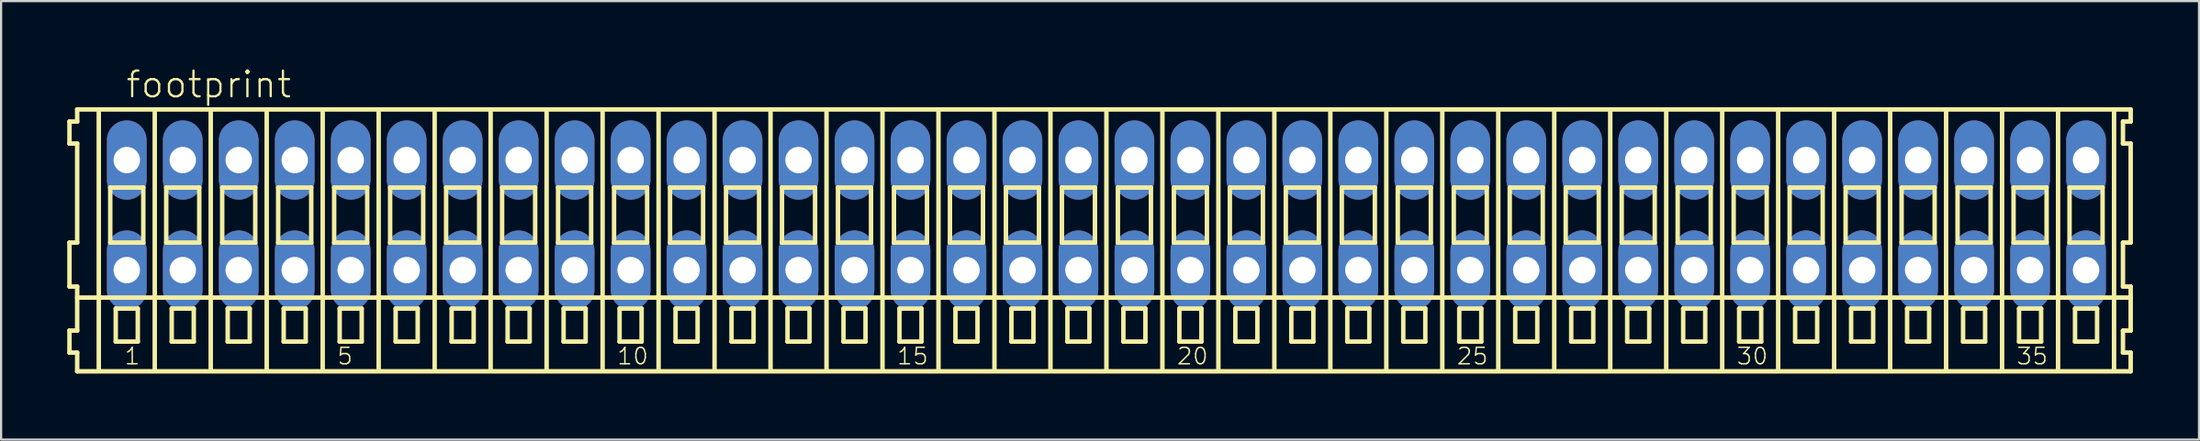
<source format=kicad_pcb>
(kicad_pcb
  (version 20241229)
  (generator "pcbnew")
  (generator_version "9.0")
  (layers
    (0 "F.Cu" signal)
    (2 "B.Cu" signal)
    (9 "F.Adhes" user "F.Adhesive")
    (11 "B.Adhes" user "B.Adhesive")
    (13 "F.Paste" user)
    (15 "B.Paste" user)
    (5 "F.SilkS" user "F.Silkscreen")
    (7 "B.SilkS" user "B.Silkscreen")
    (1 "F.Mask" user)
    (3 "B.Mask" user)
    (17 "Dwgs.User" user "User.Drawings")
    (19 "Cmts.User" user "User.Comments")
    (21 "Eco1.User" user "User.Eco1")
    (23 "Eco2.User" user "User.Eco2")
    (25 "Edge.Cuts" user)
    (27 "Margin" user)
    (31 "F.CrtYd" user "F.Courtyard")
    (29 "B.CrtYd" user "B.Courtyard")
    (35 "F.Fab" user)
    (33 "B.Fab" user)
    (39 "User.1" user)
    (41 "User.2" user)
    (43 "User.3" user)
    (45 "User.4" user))
  (footprint "footprint"
    (layer "F.Cu")
    (at 47.152 6.723)
    (property "Reference" "footprint" (at -44.55 -5.25 0) (layer "F.SilkS") (effects (font (size 1.168 1.168) (thickness 0.102)) (justify left bottom)))
    (fp_line (start -47.05 -4.25) (end -47.05 -3.25) (stroke (width 0.203) (type solid)) (layer "F.SilkS"))
    (fp_line (start -47.05 -3.25) (end -46.7 -3.25) (stroke (width 0.203) (type solid)) (layer "F.SilkS"))
    (fp_line (start -47.05 1.25) (end -47.05 3.25) (stroke (width 0.203) (type solid)) (layer "F.SilkS"))
    (fp_line (start -47.05 3.25) (end -46.7 3.25) (stroke (width 0.203) (type solid)) (layer "F.SilkS"))
    (fp_line (start -47.05 5.25) (end -47.05 6.25) (stroke (width 0.203) (type solid)) (layer "F.SilkS"))
    (fp_line (start -47.05 6.25) (end -46.7 6.25) (stroke (width 0.203) (type solid)) (layer "F.SilkS"))
    (fp_line (start -46.7 -4.8) (end -46.7 -4.25) (stroke (width 0.203) (type solid)) (layer "F.SilkS"))
    (fp_line (start -46.7 -4.25) (end -47.05 -4.25) (stroke (width 0.203) (type solid)) (layer "F.SilkS"))
    (fp_line (start -46.7 -3.25) (end -46.7 1.25) (stroke (width 0.203) (type solid)) (layer "F.SilkS"))
    (fp_line (start -46.7 1.25) (end -47.05 1.25) (stroke (width 0.203) (type solid)) (layer "F.SilkS"))
    (fp_line (start -46.7 3.25) (end -46.7 5.25) (stroke (width 0.203) (type solid)) (layer "F.SilkS"))
    (fp_line (start -46.7 3.75) (end 46.475 3.75) (stroke (width 0.203) (type solid)) (layer "F.SilkS"))
    (fp_line (start -46.7 5.25) (end -47.05 5.25) (stroke (width 0.203) (type solid)) (layer "F.SilkS"))
    (fp_line (start -46.7 6.25) (end -46.7 7.1) (stroke (width 0.203) (type solid)) (layer "F.SilkS"))
    (fp_line (start -46.7 7.1) (end 46.475 7.1) (stroke (width 0.203) (type solid)) (layer "F.SilkS"))
    (fp_line (start -45.72 6.985) (end -45.72 -4.699) (stroke (width 0.203) (type solid)) (layer "F.SilkS"))
    (fp_line (start -45.2 -1.25) (end -45.2 1.25) (stroke (width 0.203) (type solid)) (layer "F.SilkS"))
    (fp_line (start -45.2 1.25) (end -43.7 1.25) (stroke (width 0.203) (type solid)) (layer "F.SilkS"))
    (fp_line (start -44.95 4.25) (end -44.95 5.75) (stroke (width 0.203) (type solid)) (layer "F.SilkS"))
    (fp_line (start -44.95 5.75) (end -43.95 5.75) (stroke (width 0.203) (type solid)) (layer "F.SilkS"))
    (fp_line (start -43.95 4.25) (end -44.95 4.25) (stroke (width 0.203) (type solid)) (layer "F.SilkS"))
    (fp_line (start -43.95 5.75) (end -43.95 4.25) (stroke (width 0.203) (type solid)) (layer "F.SilkS"))
    (fp_line (start -43.7 -1.25) (end -45.2 -1.25) (stroke (width 0.203) (type solid)) (layer "F.SilkS"))
    (fp_line (start -43.7 1.25) (end -43.7 -1.25) (stroke (width 0.203) (type solid)) (layer "F.SilkS"))
    (fp_line (start -43.18 6.985) (end -43.18 -4.699) (stroke (width 0.203) (type solid)) (layer "F.SilkS"))
    (fp_line (start -42.66 -1.25) (end -42.66 1.25) (stroke (width 0.203) (type solid)) (layer "F.SilkS"))
    (fp_line (start -42.66 1.25) (end -41.16 1.25) (stroke (width 0.203) (type solid)) (layer "F.SilkS"))
    (fp_line (start -42.41 4.25) (end -42.41 5.75) (stroke (width 0.203) (type solid)) (layer "F.SilkS"))
    (fp_line (start -42.41 5.75) (end -41.41 5.75) (stroke (width 0.203) (type solid)) (layer "F.SilkS"))
    (fp_line (start -41.41 4.25) (end -42.41 4.25) (stroke (width 0.203) (type solid)) (layer "F.SilkS"))
    (fp_line (start -41.41 5.75) (end -41.41 4.25) (stroke (width 0.203) (type solid)) (layer "F.SilkS"))
    (fp_line (start -41.16 -1.25) (end -42.66 -1.25) (stroke (width 0.203) (type solid)) (layer "F.SilkS"))
    (fp_line (start -41.16 1.25) (end -41.16 -1.25) (stroke (width 0.203) (type solid)) (layer "F.SilkS"))
    (fp_line (start -40.64 6.985) (end -40.64 -4.699) (stroke (width 0.203) (type solid)) (layer "F.SilkS"))
    (fp_line (start -40.12 -1.25) (end -40.12 1.25) (stroke (width 0.203) (type solid)) (layer "F.SilkS"))
    (fp_line (start -40.12 1.25) (end -38.62 1.25) (stroke (width 0.203) (type solid)) (layer "F.SilkS"))
    (fp_line (start -39.87 4.25) (end -39.87 5.75) (stroke (width 0.203) (type solid)) (layer "F.SilkS"))
    (fp_line (start -39.87 5.75) (end -38.87 5.75) (stroke (width 0.203) (type solid)) (layer "F.SilkS"))
    (fp_line (start -38.87 4.25) (end -39.87 4.25) (stroke (width 0.203) (type solid)) (layer "F.SilkS"))
    (fp_line (start -38.87 5.75) (end -38.87 4.25) (stroke (width 0.203) (type solid)) (layer "F.SilkS"))
    (fp_line (start -38.62 -1.25) (end -40.12 -1.25) (stroke (width 0.203) (type solid)) (layer "F.SilkS"))
    (fp_line (start -38.62 1.25) (end -38.62 -1.25) (stroke (width 0.203) (type solid)) (layer "F.SilkS"))
    (fp_line (start -38.1 6.985) (end -38.1 -4.699) (stroke (width 0.203) (type solid)) (layer "F.SilkS"))
    (fp_line (start -37.58 -1.25) (end -37.58 1.25) (stroke (width 0.203) (type solid)) (layer "F.SilkS"))
    (fp_line (start -37.58 1.25) (end -36.08 1.25) (stroke (width 0.203) (type solid)) (layer "F.SilkS"))
    (fp_line (start -37.33 4.25) (end -37.33 5.75) (stroke (width 0.203) (type solid)) (layer "F.SilkS"))
    (fp_line (start -37.33 5.75) (end -36.33 5.75) (stroke (width 0.203) (type solid)) (layer "F.SilkS"))
    (fp_line (start -36.33 4.25) (end -37.33 4.25) (stroke (width 0.203) (type solid)) (layer "F.SilkS"))
    (fp_line (start -36.33 5.75) (end -36.33 4.25) (stroke (width 0.203) (type solid)) (layer "F.SilkS"))
    (fp_line (start -36.08 -1.25) (end -37.58 -1.25) (stroke (width 0.203) (type solid)) (layer "F.SilkS"))
    (fp_line (start -36.08 1.25) (end -36.08 -1.25) (stroke (width 0.203) (type solid)) (layer "F.SilkS"))
    (fp_line (start -35.56 6.985) (end -35.56 -4.699) (stroke (width 0.203) (type solid)) (layer "F.SilkS"))
    (fp_line (start -35.04 -1.25) (end -35.04 1.25) (stroke (width 0.203) (type solid)) (layer "F.SilkS"))
    (fp_line (start -35.04 1.25) (end -33.54 1.25) (stroke (width 0.203) (type solid)) (layer "F.SilkS"))
    (fp_line (start -34.79 4.25) (end -34.79 5.75) (stroke (width 0.203) (type solid)) (layer "F.SilkS"))
    (fp_line (start -34.79 5.75) (end -33.79 5.75) (stroke (width 0.203) (type solid)) (layer "F.SilkS"))
    (fp_line (start -33.79 4.25) (end -34.79 4.25) (stroke (width 0.203) (type solid)) (layer "F.SilkS"))
    (fp_line (start -33.79 5.75) (end -33.79 4.25) (stroke (width 0.203) (type solid)) (layer "F.SilkS"))
    (fp_line (start -33.54 -1.25) (end -35.04 -1.25) (stroke (width 0.203) (type solid)) (layer "F.SilkS"))
    (fp_line (start -33.54 1.25) (end -33.54 -1.25) (stroke (width 0.203) (type solid)) (layer "F.SilkS"))
    (fp_line (start -33.02 6.985) (end -33.02 -4.699) (stroke (width 0.203) (type solid)) (layer "F.SilkS"))
    (fp_line (start -32.5 -1.25) (end -32.5 1.25) (stroke (width 0.203) (type solid)) (layer "F.SilkS"))
    (fp_line (start -32.5 1.25) (end -31 1.25) (stroke (width 0.203) (type solid)) (layer "F.SilkS"))
    (fp_line (start -32.25 4.25) (end -32.25 5.75) (stroke (width 0.203) (type solid)) (layer "F.SilkS"))
    (fp_line (start -32.25 5.75) (end -31.25 5.75) (stroke (width 0.203) (type solid)) (layer "F.SilkS"))
    (fp_line (start -31.25 4.25) (end -32.25 4.25) (stroke (width 0.203) (type solid)) (layer "F.SilkS"))
    (fp_line (start -31.25 5.75) (end -31.25 4.25) (stroke (width 0.203) (type solid)) (layer "F.SilkS"))
    (fp_line (start -31 -1.25) (end -32.5 -1.25) (stroke (width 0.203) (type solid)) (layer "F.SilkS"))
    (fp_line (start -31 1.25) (end -31 -1.25) (stroke (width 0.203) (type solid)) (layer "F.SilkS"))
    (fp_line (start -30.48 6.985) (end -30.48 -4.699) (stroke (width 0.203) (type solid)) (layer "F.SilkS"))
    (fp_line (start -29.96 -1.25) (end -29.96 1.25) (stroke (width 0.203) (type solid)) (layer "F.SilkS"))
    (fp_line (start -29.96 1.25) (end -28.46 1.25) (stroke (width 0.203) (type solid)) (layer "F.SilkS"))
    (fp_line (start -29.71 4.25) (end -29.71 5.75) (stroke (width 0.203) (type solid)) (layer "F.SilkS"))
    (fp_line (start -29.71 5.75) (end -28.71 5.75) (stroke (width 0.203) (type solid)) (layer "F.SilkS"))
    (fp_line (start -28.71 4.25) (end -29.71 4.25) (stroke (width 0.203) (type solid)) (layer "F.SilkS"))
    (fp_line (start -28.71 5.75) (end -28.71 4.25) (stroke (width 0.203) (type solid)) (layer "F.SilkS"))
    (fp_line (start -28.46 -1.25) (end -29.96 -1.25) (stroke (width 0.203) (type solid)) (layer "F.SilkS"))
    (fp_line (start -28.46 1.25) (end -28.46 -1.25) (stroke (width 0.203) (type solid)) (layer "F.SilkS"))
    (fp_line (start -27.94 6.985) (end -27.94 -4.699) (stroke (width 0.203) (type solid)) (layer "F.SilkS"))
    (fp_line (start -27.42 -1.25) (end -27.42 1.25) (stroke (width 0.203) (type solid)) (layer "F.SilkS"))
    (fp_line (start -27.42 1.25) (end -25.92 1.25) (stroke (width 0.203) (type solid)) (layer "F.SilkS"))
    (fp_line (start -27.17 4.25) (end -27.17 5.75) (stroke (width 0.203) (type solid)) (layer "F.SilkS"))
    (fp_line (start -27.17 5.75) (end -26.17 5.75) (stroke (width 0.203) (type solid)) (layer "F.SilkS"))
    (fp_line (start -26.17 4.25) (end -27.17 4.25) (stroke (width 0.203) (type solid)) (layer "F.SilkS"))
    (fp_line (start -26.17 5.75) (end -26.17 4.25) (stroke (width 0.203) (type solid)) (layer "F.SilkS"))
    (fp_line (start -25.92 -1.25) (end -27.42 -1.25) (stroke (width 0.203) (type solid)) (layer "F.SilkS"))
    (fp_line (start -25.92 1.25) (end -25.92 -1.25) (stroke (width 0.203) (type solid)) (layer "F.SilkS"))
    (fp_line (start -25.4 6.985) (end -25.4 -4.699) (stroke (width 0.203) (type solid)) (layer "F.SilkS"))
    (fp_line (start -24.88 -1.25) (end -24.88 1.25) (stroke (width 0.203) (type solid)) (layer "F.SilkS"))
    (fp_line (start -24.88 1.25) (end -23.38 1.25) (stroke (width 0.203) (type solid)) (layer "F.SilkS"))
    (fp_line (start -24.63 4.25) (end -24.63 5.75) (stroke (width 0.203) (type solid)) (layer "F.SilkS"))
    (fp_line (start -24.63 5.75) (end -23.63 5.75) (stroke (width 0.203) (type solid)) (layer "F.SilkS"))
    (fp_line (start -23.63 4.25) (end -24.63 4.25) (stroke (width 0.203) (type solid)) (layer "F.SilkS"))
    (fp_line (start -23.63 5.75) (end -23.63 4.25) (stroke (width 0.203) (type solid)) (layer "F.SilkS"))
    (fp_line (start -23.38 -1.25) (end -24.88 -1.25) (stroke (width 0.203) (type solid)) (layer "F.SilkS"))
    (fp_line (start -23.38 1.25) (end -23.38 -1.25) (stroke (width 0.203) (type solid)) (layer "F.SilkS"))
    (fp_line (start -22.86 6.985) (end -22.86 -4.699) (stroke (width 0.203) (type solid)) (layer "F.SilkS"))
    (fp_line (start -22.34 -1.25) (end -22.34 1.25) (stroke (width 0.203) (type solid)) (layer "F.SilkS"))
    (fp_line (start -22.34 1.25) (end -20.84 1.25) (stroke (width 0.203) (type solid)) (layer "F.SilkS"))
    (fp_line (start -22.09 4.25) (end -22.09 5.75) (stroke (width 0.203) (type solid)) (layer "F.SilkS"))
    (fp_line (start -22.09 5.75) (end -21.09 5.75) (stroke (width 0.203) (type solid)) (layer "F.SilkS"))
    (fp_line (start -21.09 4.25) (end -22.09 4.25) (stroke (width 0.203) (type solid)) (layer "F.SilkS"))
    (fp_line (start -21.09 5.75) (end -21.09 4.25) (stroke (width 0.203) (type solid)) (layer "F.SilkS"))
    (fp_line (start -20.84 -1.25) (end -22.34 -1.25) (stroke (width 0.203) (type solid)) (layer "F.SilkS"))
    (fp_line (start -20.84 1.25) (end -20.84 -1.25) (stroke (width 0.203) (type solid)) (layer "F.SilkS"))
    (fp_line (start -20.32 6.985) (end -20.32 -4.699) (stroke (width 0.203) (type solid)) (layer "F.SilkS"))
    (fp_line (start -19.8 -1.25) (end -19.8 1.25) (stroke (width 0.203) (type solid)) (layer "F.SilkS"))
    (fp_line (start -19.8 1.25) (end -18.3 1.25) (stroke (width 0.203) (type solid)) (layer "F.SilkS"))
    (fp_line (start -19.55 4.25) (end -19.55 5.75) (stroke (width 0.203) (type solid)) (layer "F.SilkS"))
    (fp_line (start -19.55 5.75) (end -18.55 5.75) (stroke (width 0.203) (type solid)) (layer "F.SilkS"))
    (fp_line (start -18.55 4.25) (end -19.55 4.25) (stroke (width 0.203) (type solid)) (layer "F.SilkS"))
    (fp_line (start -18.55 5.75) (end -18.55 4.25) (stroke (width 0.203) (type solid)) (layer "F.SilkS"))
    (fp_line (start -18.3 -1.25) (end -19.8 -1.25) (stroke (width 0.203) (type solid)) (layer "F.SilkS"))
    (fp_line (start -18.3 1.25) (end -18.3 -1.25) (stroke (width 0.203) (type solid)) (layer "F.SilkS"))
    (fp_line (start -17.78 6.985) (end -17.78 -4.699) (stroke (width 0.203) (type solid)) (layer "F.SilkS"))
    (fp_line (start -17.26 -1.25) (end -17.26 1.25) (stroke (width 0.203) (type solid)) (layer "F.SilkS"))
    (fp_line (start -17.26 1.25) (end -15.76 1.25) (stroke (width 0.203) (type solid)) (layer "F.SilkS"))
    (fp_line (start -17.01 4.25) (end -17.01 5.75) (stroke (width 0.203) (type solid)) (layer "F.SilkS"))
    (fp_line (start -17.01 5.75) (end -16.01 5.75) (stroke (width 0.203) (type solid)) (layer "F.SilkS"))
    (fp_line (start -16.01 4.25) (end -17.01 4.25) (stroke (width 0.203) (type solid)) (layer "F.SilkS"))
    (fp_line (start -16.01 5.75) (end -16.01 4.25) (stroke (width 0.203) (type solid)) (layer "F.SilkS"))
    (fp_line (start -15.76 -1.25) (end -17.26 -1.25) (stroke (width 0.203) (type solid)) (layer "F.SilkS"))
    (fp_line (start -15.76 1.25) (end -15.76 -1.25) (stroke (width 0.203) (type solid)) (layer "F.SilkS"))
    (fp_line (start -15.24 6.985) (end -15.24 -4.699) (stroke (width 0.203) (type solid)) (layer "F.SilkS"))
    (fp_line (start -14.72 -1.25) (end -14.72 1.25) (stroke (width 0.203) (type solid)) (layer "F.SilkS"))
    (fp_line (start -14.72 1.25) (end -13.22 1.25) (stroke (width 0.203) (type solid)) (layer "F.SilkS"))
    (fp_line (start -14.47 4.25) (end -14.47 5.75) (stroke (width 0.203) (type solid)) (layer "F.SilkS"))
    (fp_line (start -14.47 5.75) (end -13.47 5.75) (stroke (width 0.203) (type solid)) (layer "F.SilkS"))
    (fp_line (start -13.47 4.25) (end -14.47 4.25) (stroke (width 0.203) (type solid)) (layer "F.SilkS"))
    (fp_line (start -13.47 5.75) (end -13.47 4.25) (stroke (width 0.203) (type solid)) (layer "F.SilkS"))
    (fp_line (start -13.22 -1.25) (end -14.72 -1.25) (stroke (width 0.203) (type solid)) (layer "F.SilkS"))
    (fp_line (start -13.22 1.25) (end -13.22 -1.25) (stroke (width 0.203) (type solid)) (layer "F.SilkS"))
    (fp_line (start -12.7 6.985) (end -12.7 -4.699) (stroke (width 0.203) (type solid)) (layer "F.SilkS"))
    (fp_line (start -12.18 -1.25) (end -12.18 1.25) (stroke (width 0.203) (type solid)) (layer "F.SilkS"))
    (fp_line (start -12.18 1.25) (end -10.68 1.25) (stroke (width 0.203) (type solid)) (layer "F.SilkS"))
    (fp_line (start -11.93 4.25) (end -11.93 5.75) (stroke (width 0.203) (type solid)) (layer "F.SilkS"))
    (fp_line (start -11.93 5.75) (end -10.93 5.75) (stroke (width 0.203) (type solid)) (layer "F.SilkS"))
    (fp_line (start -10.93 4.25) (end -11.93 4.25) (stroke (width 0.203) (type solid)) (layer "F.SilkS"))
    (fp_line (start -10.93 5.75) (end -10.93 4.25) (stroke (width 0.203) (type solid)) (layer "F.SilkS"))
    (fp_line (start -10.68 -1.25) (end -12.18 -1.25) (stroke (width 0.203) (type solid)) (layer "F.SilkS"))
    (fp_line (start -10.68 1.25) (end -10.68 -1.25) (stroke (width 0.203) (type solid)) (layer "F.SilkS"))
    (fp_line (start -10.16 6.985) (end -10.16 -4.699) (stroke (width 0.203) (type solid)) (layer "F.SilkS"))
    (fp_line (start -9.64 -1.25) (end -9.64 1.25) (stroke (width 0.203) (type solid)) (layer "F.SilkS"))
    (fp_line (start -9.64 1.25) (end -8.14 1.25) (stroke (width 0.203) (type solid)) (layer "F.SilkS"))
    (fp_line (start -9.39 4.25) (end -9.39 5.75) (stroke (width 0.203) (type solid)) (layer "F.SilkS"))
    (fp_line (start -9.39 5.75) (end -8.39 5.75) (stroke (width 0.203) (type solid)) (layer "F.SilkS"))
    (fp_line (start -8.39 4.25) (end -9.39 4.25) (stroke (width 0.203) (type solid)) (layer "F.SilkS"))
    (fp_line (start -8.39 5.75) (end -8.39 4.25) (stroke (width 0.203) (type solid)) (layer "F.SilkS"))
    (fp_line (start -8.14 -1.25) (end -9.64 -1.25) (stroke (width 0.203) (type solid)) (layer "F.SilkS"))
    (fp_line (start -8.14 1.25) (end -8.14 -1.25) (stroke (width 0.203) (type solid)) (layer "F.SilkS"))
    (fp_line (start -7.62 6.985) (end -7.62 -4.699) (stroke (width 0.203) (type solid)) (layer "F.SilkS"))
    (fp_line (start -7.1 -1.25) (end -7.1 1.25) (stroke (width 0.203) (type solid)) (layer "F.SilkS"))
    (fp_line (start -7.1 1.25) (end -5.6 1.25) (stroke (width 0.203) (type solid)) (layer "F.SilkS"))
    (fp_line (start -6.85 4.25) (end -6.85 5.75) (stroke (width 0.203) (type solid)) (layer "F.SilkS"))
    (fp_line (start -6.85 5.75) (end -5.85 5.75) (stroke (width 0.203) (type solid)) (layer "F.SilkS"))
    (fp_line (start -5.85 4.25) (end -6.85 4.25) (stroke (width 0.203) (type solid)) (layer "F.SilkS"))
    (fp_line (start -5.85 5.75) (end -5.85 4.25) (stroke (width 0.203) (type solid)) (layer "F.SilkS"))
    (fp_line (start -5.6 -1.25) (end -7.1 -1.25) (stroke (width 0.203) (type solid)) (layer "F.SilkS"))
    (fp_line (start -5.6 1.25) (end -5.6 -1.25) (stroke (width 0.203) (type solid)) (layer "F.SilkS"))
    (fp_line (start -5.08 6.985) (end -5.08 -4.699) (stroke (width 0.203) (type solid)) (layer "F.SilkS"))
    (fp_line (start -4.56 -1.25) (end -4.56 1.25) (stroke (width 0.203) (type solid)) (layer "F.SilkS"))
    (fp_line (start -4.56 1.25) (end -3.06 1.25) (stroke (width 0.203) (type solid)) (layer "F.SilkS"))
    (fp_line (start -4.31 4.25) (end -4.31 5.75) (stroke (width 0.203) (type solid)) (layer "F.SilkS"))
    (fp_line (start -4.31 5.75) (end -3.31 5.75) (stroke (width 0.203) (type solid)) (layer "F.SilkS"))
    (fp_line (start -3.31 4.25) (end -4.31 4.25) (stroke (width 0.203) (type solid)) (layer "F.SilkS"))
    (fp_line (start -3.31 5.75) (end -3.31 4.25) (stroke (width 0.203) (type solid)) (layer "F.SilkS"))
    (fp_line (start -3.06 -1.25) (end -4.56 -1.25) (stroke (width 0.203) (type solid)) (layer "F.SilkS"))
    (fp_line (start -3.06 1.25) (end -3.06 -1.25) (stroke (width 0.203) (type solid)) (layer "F.SilkS"))
    (fp_line (start -2.54 6.985) (end -2.54 -4.699) (stroke (width 0.203) (type solid)) (layer "F.SilkS"))
    (fp_line (start -2.02 -1.25) (end -2.02 1.25) (stroke (width 0.203) (type solid)) (layer "F.SilkS"))
    (fp_line (start -2.02 1.25) (end -0.52 1.25) (stroke (width 0.203) (type solid)) (layer "F.SilkS"))
    (fp_line (start -1.77 4.25) (end -1.77 5.75) (stroke (width 0.203) (type solid)) (layer "F.SilkS"))
    (fp_line (start -1.77 5.75) (end -0.77 5.75) (stroke (width 0.203) (type solid)) (layer "F.SilkS"))
    (fp_line (start -0.77 4.25) (end -1.77 4.25) (stroke (width 0.203) (type solid)) (layer "F.SilkS"))
    (fp_line (start -0.77 5.75) (end -0.77 4.25) (stroke (width 0.203) (type solid)) (layer "F.SilkS"))
    (fp_line (start -0.52 -1.25) (end -2.02 -1.25) (stroke (width 0.203) (type solid)) (layer "F.SilkS"))
    (fp_line (start -0.52 1.25) (end -0.52 -1.25) (stroke (width 0.203) (type solid)) (layer "F.SilkS"))
    (fp_line (start 0 6.985) (end 0 -4.699) (stroke (width 0.203) (type solid)) (layer "F.SilkS"))
    (fp_line (start 0.52 -1.25) (end 0.52 1.25) (stroke (width 0.203) (type solid)) (layer "F.SilkS"))
    (fp_line (start 0.52 1.25) (end 2.02 1.25) (stroke (width 0.203) (type solid)) (layer "F.SilkS"))
    (fp_line (start 0.77 4.25) (end 0.77 5.75) (stroke (width 0.203) (type solid)) (layer "F.SilkS"))
    (fp_line (start 0.77 5.75) (end 1.77 5.75) (stroke (width 0.203) (type solid)) (layer "F.SilkS"))
    (fp_line (start 1.77 4.25) (end 0.77 4.25) (stroke (width 0.203) (type solid)) (layer "F.SilkS"))
    (fp_line (start 1.77 5.75) (end 1.77 4.25) (stroke (width 0.203) (type solid)) (layer "F.SilkS"))
    (fp_line (start 2.02 -1.25) (end 0.52 -1.25) (stroke (width 0.203) (type solid)) (layer "F.SilkS"))
    (fp_line (start 2.02 1.25) (end 2.02 -1.25) (stroke (width 0.203) (type solid)) (layer "F.SilkS"))
    (fp_line (start 2.54 6.985) (end 2.54 -4.699) (stroke (width 0.203) (type solid)) (layer "F.SilkS"))
    (fp_line (start 3.06 -1.25) (end 3.06 1.25) (stroke (width 0.203) (type solid)) (layer "F.SilkS"))
    (fp_line (start 3.06 1.25) (end 4.56 1.25) (stroke (width 0.203) (type solid)) (layer "F.SilkS"))
    (fp_line (start 3.31 4.25) (end 3.31 5.75) (stroke (width 0.203) (type solid)) (layer "F.SilkS"))
    (fp_line (start 3.31 5.75) (end 4.31 5.75) (stroke (width 0.203) (type solid)) (layer "F.SilkS"))
    (fp_line (start 4.31 4.25) (end 3.31 4.25) (stroke (width 0.203) (type solid)) (layer "F.SilkS"))
    (fp_line (start 4.31 5.75) (end 4.31 4.25) (stroke (width 0.203) (type solid)) (layer "F.SilkS"))
    (fp_line (start 4.56 -1.25) (end 3.06 -1.25) (stroke (width 0.203) (type solid)) (layer "F.SilkS"))
    (fp_line (start 4.56 1.25) (end 4.56 -1.25) (stroke (width 0.203) (type solid)) (layer "F.SilkS"))
    (fp_line (start 5.08 6.985) (end 5.08 -4.699) (stroke (width 0.203) (type solid)) (layer "F.SilkS"))
    (fp_line (start 5.6 -1.25) (end 5.6 1.25) (stroke (width 0.203) (type solid)) (layer "F.SilkS"))
    (fp_line (start 5.6 1.25) (end 7.1 1.25) (stroke (width 0.203) (type solid)) (layer "F.SilkS"))
    (fp_line (start 5.85 4.25) (end 5.85 5.75) (stroke (width 0.203) (type solid)) (layer "F.SilkS"))
    (fp_line (start 5.85 5.75) (end 6.85 5.75) (stroke (width 0.203) (type solid)) (layer "F.SilkS"))
    (fp_line (start 6.85 4.25) (end 5.85 4.25) (stroke (width 0.203) (type solid)) (layer "F.SilkS"))
    (fp_line (start 6.85 5.75) (end 6.85 4.25) (stroke (width 0.203) (type solid)) (layer "F.SilkS"))
    (fp_line (start 7.1 -1.25) (end 5.6 -1.25) (stroke (width 0.203) (type solid)) (layer "F.SilkS"))
    (fp_line (start 7.1 1.25) (end 7.1 -1.25) (stroke (width 0.203) (type solid)) (layer "F.SilkS"))
    (fp_line (start 7.62 6.985) (end 7.62 -4.699) (stroke (width 0.203) (type solid)) (layer "F.SilkS"))
    (fp_line (start 8.14 -1.25) (end 8.14 1.25) (stroke (width 0.203) (type solid)) (layer "F.SilkS"))
    (fp_line (start 8.14 1.25) (end 9.64 1.25) (stroke (width 0.203) (type solid)) (layer "F.SilkS"))
    (fp_line (start 8.39 4.25) (end 8.39 5.75) (stroke (width 0.203) (type solid)) (layer "F.SilkS"))
    (fp_line (start 8.39 5.75) (end 9.39 5.75) (stroke (width 0.203) (type solid)) (layer "F.SilkS"))
    (fp_line (start 9.39 4.25) (end 8.39 4.25) (stroke (width 0.203) (type solid)) (layer "F.SilkS"))
    (fp_line (start 9.39 5.75) (end 9.39 4.25) (stroke (width 0.203) (type solid)) (layer "F.SilkS"))
    (fp_line (start 9.64 -1.25) (end 8.14 -1.25) (stroke (width 0.203) (type solid)) (layer "F.SilkS"))
    (fp_line (start 9.64 1.25) (end 9.64 -1.25) (stroke (width 0.203) (type solid)) (layer "F.SilkS"))
    (fp_line (start 10.16 6.985) (end 10.16 -4.699) (stroke (width 0.203) (type solid)) (layer "F.SilkS"))
    (fp_line (start 10.68 -1.25) (end 10.68 1.25) (stroke (width 0.203) (type solid)) (layer "F.SilkS"))
    (fp_line (start 10.68 1.25) (end 12.18 1.25) (stroke (width 0.203) (type solid)) (layer "F.SilkS"))
    (fp_line (start 10.93 4.25) (end 10.93 5.75) (stroke (width 0.203) (type solid)) (layer "F.SilkS"))
    (fp_line (start 10.93 5.75) (end 11.93 5.75) (stroke (width 0.203) (type solid)) (layer "F.SilkS"))
    (fp_line (start 11.93 4.25) (end 10.93 4.25) (stroke (width 0.203) (type solid)) (layer "F.SilkS"))
    (fp_line (start 11.93 5.75) (end 11.93 4.25) (stroke (width 0.203) (type solid)) (layer "F.SilkS"))
    (fp_line (start 12.18 -1.25) (end 10.68 -1.25) (stroke (width 0.203) (type solid)) (layer "F.SilkS"))
    (fp_line (start 12.18 1.25) (end 12.18 -1.25) (stroke (width 0.203) (type solid)) (layer "F.SilkS"))
    (fp_line (start 12.7 6.985) (end 12.7 -4.699) (stroke (width 0.203) (type solid)) (layer "F.SilkS"))
    (fp_line (start 13.22 -1.25) (end 13.22 1.25) (stroke (width 0.203) (type solid)) (layer "F.SilkS"))
    (fp_line (start 13.22 1.25) (end 14.72 1.25) (stroke (width 0.203) (type solid)) (layer "F.SilkS"))
    (fp_line (start 13.47 4.25) (end 13.47 5.75) (stroke (width 0.203) (type solid)) (layer "F.SilkS"))
    (fp_line (start 13.47 5.75) (end 14.47 5.75) (stroke (width 0.203) (type solid)) (layer "F.SilkS"))
    (fp_line (start 14.47 4.25) (end 13.47 4.25) (stroke (width 0.203) (type solid)) (layer "F.SilkS"))
    (fp_line (start 14.47 5.75) (end 14.47 4.25) (stroke (width 0.203) (type solid)) (layer "F.SilkS"))
    (fp_line (start 14.72 -1.25) (end 13.22 -1.25) (stroke (width 0.203) (type solid)) (layer "F.SilkS"))
    (fp_line (start 14.72 1.25) (end 14.72 -1.25) (stroke (width 0.203) (type solid)) (layer "F.SilkS"))
    (fp_line (start 15.24 6.985) (end 15.24 -4.699) (stroke (width 0.203) (type solid)) (layer "F.SilkS"))
    (fp_line (start 15.76 -1.25) (end 15.76 1.25) (stroke (width 0.203) (type solid)) (layer "F.SilkS"))
    (fp_line (start 15.76 1.25) (end 17.26 1.25) (stroke (width 0.203) (type solid)) (layer "F.SilkS"))
    (fp_line (start 16.01 4.25) (end 16.01 5.75) (stroke (width 0.203) (type solid)) (layer "F.SilkS"))
    (fp_line (start 16.01 5.75) (end 17.01 5.75) (stroke (width 0.203) (type solid)) (layer "F.SilkS"))
    (fp_line (start 17.01 4.25) (end 16.01 4.25) (stroke (width 0.203) (type solid)) (layer "F.SilkS"))
    (fp_line (start 17.01 5.75) (end 17.01 4.25) (stroke (width 0.203) (type solid)) (layer "F.SilkS"))
    (fp_line (start 17.26 -1.25) (end 15.76 -1.25) (stroke (width 0.203) (type solid)) (layer "F.SilkS"))
    (fp_line (start 17.26 1.25) (end 17.26 -1.25) (stroke (width 0.203) (type solid)) (layer "F.SilkS"))
    (fp_line (start 17.78 6.985) (end 17.78 -4.699) (stroke (width 0.203) (type solid)) (layer "F.SilkS"))
    (fp_line (start 18.3 -1.25) (end 18.3 1.25) (stroke (width 0.203) (type solid)) (layer "F.SilkS"))
    (fp_line (start 18.3 1.25) (end 19.8 1.25) (stroke (width 0.203) (type solid)) (layer "F.SilkS"))
    (fp_line (start 18.55 4.25) (end 18.55 5.75) (stroke (width 0.203) (type solid)) (layer "F.SilkS"))
    (fp_line (start 18.55 5.75) (end 19.55 5.75) (stroke (width 0.203) (type solid)) (layer "F.SilkS"))
    (fp_line (start 19.55 4.25) (end 18.55 4.25) (stroke (width 0.203) (type solid)) (layer "F.SilkS"))
    (fp_line (start 19.55 5.75) (end 19.55 4.25) (stroke (width 0.203) (type solid)) (layer "F.SilkS"))
    (fp_line (start 19.8 -1.25) (end 18.3 -1.25) (stroke (width 0.203) (type solid)) (layer "F.SilkS"))
    (fp_line (start 19.8 1.25) (end 19.8 -1.25) (stroke (width 0.203) (type solid)) (layer "F.SilkS"))
    (fp_line (start 20.32 6.985) (end 20.32 -4.699) (stroke (width 0.203) (type solid)) (layer "F.SilkS"))
    (fp_line (start 20.84 -1.25) (end 20.84 1.25) (stroke (width 0.203) (type solid)) (layer "F.SilkS"))
    (fp_line (start 20.84 1.25) (end 22.34 1.25) (stroke (width 0.203) (type solid)) (layer "F.SilkS"))
    (fp_line (start 21.09 4.25) (end 21.09 5.75) (stroke (width 0.203) (type solid)) (layer "F.SilkS"))
    (fp_line (start 21.09 5.75) (end 22.09 5.75) (stroke (width 0.203) (type solid)) (layer "F.SilkS"))
    (fp_line (start 22.09 4.25) (end 21.09 4.25) (stroke (width 0.203) (type solid)) (layer "F.SilkS"))
    (fp_line (start 22.09 5.75) (end 22.09 4.25) (stroke (width 0.203) (type solid)) (layer "F.SilkS"))
    (fp_line (start 22.34 -1.25) (end 20.84 -1.25) (stroke (width 0.203) (type solid)) (layer "F.SilkS"))
    (fp_line (start 22.34 1.25) (end 22.34 -1.25) (stroke (width 0.203) (type solid)) (layer "F.SilkS"))
    (fp_line (start 22.86 6.985) (end 22.86 -4.699) (stroke (width 0.203) (type solid)) (layer "F.SilkS"))
    (fp_line (start 23.38 -1.25) (end 23.38 1.25) (stroke (width 0.203) (type solid)) (layer "F.SilkS"))
    (fp_line (start 23.38 1.25) (end 24.88 1.25) (stroke (width 0.203) (type solid)) (layer "F.SilkS"))
    (fp_line (start 23.63 4.25) (end 23.63 5.75) (stroke (width 0.203) (type solid)) (layer "F.SilkS"))
    (fp_line (start 23.63 5.75) (end 24.63 5.75) (stroke (width 0.203) (type solid)) (layer "F.SilkS"))
    (fp_line (start 24.63 4.25) (end 23.63 4.25) (stroke (width 0.203) (type solid)) (layer "F.SilkS"))
    (fp_line (start 24.63 5.75) (end 24.63 4.25) (stroke (width 0.203) (type solid)) (layer "F.SilkS"))
    (fp_line (start 24.88 -1.25) (end 23.38 -1.25) (stroke (width 0.203) (type solid)) (layer "F.SilkS"))
    (fp_line (start 24.88 1.25) (end 24.88 -1.25) (stroke (width 0.203) (type solid)) (layer "F.SilkS"))
    (fp_line (start 25.4 6.985) (end 25.4 -4.699) (stroke (width 0.203) (type solid)) (layer "F.SilkS"))
    (fp_line (start 25.92 -1.25) (end 25.92 1.25) (stroke (width 0.203) (type solid)) (layer "F.SilkS"))
    (fp_line (start 25.92 1.25) (end 27.42 1.25) (stroke (width 0.203) (type solid)) (layer "F.SilkS"))
    (fp_line (start 26.17 4.25) (end 26.17 5.75) (stroke (width 0.203) (type solid)) (layer "F.SilkS"))
    (fp_line (start 26.17 5.75) (end 27.17 5.75) (stroke (width 0.203) (type solid)) (layer "F.SilkS"))
    (fp_line (start 27.17 4.25) (end 26.17 4.25) (stroke (width 0.203) (type solid)) (layer "F.SilkS"))
    (fp_line (start 27.17 5.75) (end 27.17 4.25) (stroke (width 0.203) (type solid)) (layer "F.SilkS"))
    (fp_line (start 27.42 -1.25) (end 25.92 -1.25) (stroke (width 0.203) (type solid)) (layer "F.SilkS"))
    (fp_line (start 27.42 1.25) (end 27.42 -1.25) (stroke (width 0.203) (type solid)) (layer "F.SilkS"))
    (fp_line (start 27.94 6.985) (end 27.94 -4.699) (stroke (width 0.203) (type solid)) (layer "F.SilkS"))
    (fp_line (start 28.46 -1.25) (end 28.46 1.25) (stroke (width 0.203) (type solid)) (layer "F.SilkS"))
    (fp_line (start 28.46 1.25) (end 29.96 1.25) (stroke (width 0.203) (type solid)) (layer "F.SilkS"))
    (fp_line (start 28.71 4.25) (end 28.71 5.75) (stroke (width 0.203) (type solid)) (layer "F.SilkS"))
    (fp_line (start 28.71 5.75) (end 29.71 5.75) (stroke (width 0.203) (type solid)) (layer "F.SilkS"))
    (fp_line (start 29.71 4.25) (end 28.71 4.25) (stroke (width 0.203) (type solid)) (layer "F.SilkS"))
    (fp_line (start 29.71 5.75) (end 29.71 4.25) (stroke (width 0.203) (type solid)) (layer "F.SilkS"))
    (fp_line (start 29.96 -1.25) (end 28.46 -1.25) (stroke (width 0.203) (type solid)) (layer "F.SilkS"))
    (fp_line (start 29.96 1.25) (end 29.96 -1.25) (stroke (width 0.203) (type solid)) (layer "F.SilkS"))
    (fp_line (start 30.48 6.985) (end 30.48 -4.699) (stroke (width 0.203) (type solid)) (layer "F.SilkS"))
    (fp_line (start 31 -1.25) (end 31 1.25) (stroke (width 0.203) (type solid)) (layer "F.SilkS"))
    (fp_line (start 31 1.25) (end 32.5 1.25) (stroke (width 0.203) (type solid)) (layer "F.SilkS"))
    (fp_line (start 31.25 4.25) (end 31.25 5.75) (stroke (width 0.203) (type solid)) (layer "F.SilkS"))
    (fp_line (start 31.25 5.75) (end 32.25 5.75) (stroke (width 0.203) (type solid)) (layer "F.SilkS"))
    (fp_line (start 32.25 4.25) (end 31.25 4.25) (stroke (width 0.203) (type solid)) (layer "F.SilkS"))
    (fp_line (start 32.25 5.75) (end 32.25 4.25) (stroke (width 0.203) (type solid)) (layer "F.SilkS"))
    (fp_line (start 32.5 -1.25) (end 31 -1.25) (stroke (width 0.203) (type solid)) (layer "F.SilkS"))
    (fp_line (start 32.5 1.25) (end 32.5 -1.25) (stroke (width 0.203) (type solid)) (layer "F.SilkS"))
    (fp_line (start 33.02 6.985) (end 33.02 -4.699) (stroke (width 0.203) (type solid)) (layer "F.SilkS"))
    (fp_line (start 33.54 -1.25) (end 33.54 1.25) (stroke (width 0.203) (type solid)) (layer "F.SilkS"))
    (fp_line (start 33.54 1.25) (end 35.04 1.25) (stroke (width 0.203) (type solid)) (layer "F.SilkS"))
    (fp_line (start 33.79 4.25) (end 33.79 5.75) (stroke (width 0.203) (type solid)) (layer "F.SilkS"))
    (fp_line (start 33.79 5.75) (end 34.79 5.75) (stroke (width 0.203) (type solid)) (layer "F.SilkS"))
    (fp_line (start 34.79 4.25) (end 33.79 4.25) (stroke (width 0.203) (type solid)) (layer "F.SilkS"))
    (fp_line (start 34.79 5.75) (end 34.79 4.25) (stroke (width 0.203) (type solid)) (layer "F.SilkS"))
    (fp_line (start 35.04 -1.25) (end 33.54 -1.25) (stroke (width 0.203) (type solid)) (layer "F.SilkS"))
    (fp_line (start 35.04 1.25) (end 35.04 -1.25) (stroke (width 0.203) (type solid)) (layer "F.SilkS"))
    (fp_line (start 35.56 6.985) (end 35.56 -4.699) (stroke (width 0.203) (type solid)) (layer "F.SilkS"))
    (fp_line (start 36.08 -1.25) (end 36.08 1.25) (stroke (width 0.203) (type solid)) (layer "F.SilkS"))
    (fp_line (start 36.08 1.25) (end 37.58 1.25) (stroke (width 0.203) (type solid)) (layer "F.SilkS"))
    (fp_line (start 36.33 4.25) (end 36.33 5.75) (stroke (width 0.203) (type solid)) (layer "F.SilkS"))
    (fp_line (start 36.33 5.75) (end 37.33 5.75) (stroke (width 0.203) (type solid)) (layer "F.SilkS"))
    (fp_line (start 37.33 4.25) (end 36.33 4.25) (stroke (width 0.203) (type solid)) (layer "F.SilkS"))
    (fp_line (start 37.33 5.75) (end 37.33 4.25) (stroke (width 0.203) (type solid)) (layer "F.SilkS"))
    (fp_line (start 37.58 -1.25) (end 36.08 -1.25) (stroke (width 0.203) (type solid)) (layer "F.SilkS"))
    (fp_line (start 37.58 1.25) (end 37.58 -1.25) (stroke (width 0.203) (type solid)) (layer "F.SilkS"))
    (fp_line (start 38.1 6.985) (end 38.1 -4.699) (stroke (width 0.203) (type solid)) (layer "F.SilkS"))
    (fp_line (start 38.62 -1.25) (end 38.62 1.25) (stroke (width 0.203) (type solid)) (layer "F.SilkS"))
    (fp_line (start 38.62 1.25) (end 40.12 1.25) (stroke (width 0.203) (type solid)) (layer "F.SilkS"))
    (fp_line (start 38.87 4.25) (end 38.87 5.75) (stroke (width 0.203) (type solid)) (layer "F.SilkS"))
    (fp_line (start 38.87 5.75) (end 39.87 5.75) (stroke (width 0.203) (type solid)) (layer "F.SilkS"))
    (fp_line (start 39.87 4.25) (end 38.87 4.25) (stroke (width 0.203) (type solid)) (layer "F.SilkS"))
    (fp_line (start 39.87 5.75) (end 39.87 4.25) (stroke (width 0.203) (type solid)) (layer "F.SilkS"))
    (fp_line (start 40.12 -1.25) (end 38.62 -1.25) (stroke (width 0.203) (type solid)) (layer "F.SilkS"))
    (fp_line (start 40.12 1.25) (end 40.12 -1.25) (stroke (width 0.203) (type solid)) (layer "F.SilkS"))
    (fp_line (start 40.64 6.985) (end 40.64 -4.699) (stroke (width 0.203) (type solid)) (layer "F.SilkS"))
    (fp_line (start 41.16 -1.25) (end 41.16 1.25) (stroke (width 0.203) (type solid)) (layer "F.SilkS"))
    (fp_line (start 41.16 1.25) (end 42.66 1.25) (stroke (width 0.203) (type solid)) (layer "F.SilkS"))
    (fp_line (start 41.41 4.25) (end 41.41 5.75) (stroke (width 0.203) (type solid)) (layer "F.SilkS"))
    (fp_line (start 41.41 5.75) (end 42.41 5.75) (stroke (width 0.203) (type solid)) (layer "F.SilkS"))
    (fp_line (start 42.41 4.25) (end 41.41 4.25) (stroke (width 0.203) (type solid)) (layer "F.SilkS"))
    (fp_line (start 42.41 5.75) (end 42.41 4.25) (stroke (width 0.203) (type solid)) (layer "F.SilkS"))
    (fp_line (start 42.66 -1.25) (end 41.16 -1.25) (stroke (width 0.203) (type solid)) (layer "F.SilkS"))
    (fp_line (start 42.66 1.25) (end 42.66 -1.25) (stroke (width 0.203) (type solid)) (layer "F.SilkS"))
    (fp_line (start 43.18 6.985) (end 43.18 -4.699) (stroke (width 0.203) (type solid)) (layer "F.SilkS"))
    (fp_line (start 43.7 -1.25) (end 43.7 1.25) (stroke (width 0.203) (type solid)) (layer "F.SilkS"))
    (fp_line (start 43.7 1.25) (end 45.2 1.25) (stroke (width 0.203) (type solid)) (layer "F.SilkS"))
    (fp_line (start 43.95 4.25) (end 43.95 5.75) (stroke (width 0.203) (type solid)) (layer "F.SilkS"))
    (fp_line (start 43.95 5.75) (end 44.95 5.75) (stroke (width 0.203) (type solid)) (layer "F.SilkS"))
    (fp_line (start 44.95 4.25) (end 43.95 4.25) (stroke (width 0.203) (type solid)) (layer "F.SilkS"))
    (fp_line (start 44.95 5.75) (end 44.95 4.25) (stroke (width 0.203) (type solid)) (layer "F.SilkS"))
    (fp_line (start 45.2 -1.25) (end 43.7 -1.25) (stroke (width 0.203) (type solid)) (layer "F.SilkS"))
    (fp_line (start 45.2 1.25) (end 45.2 -1.25) (stroke (width 0.203) (type solid)) (layer "F.SilkS"))
    (fp_line (start 45.72 6.985) (end 45.72 -4.699) (stroke (width 0.203) (type solid)) (layer "F.SilkS"))
    (fp_line (start 46.125 -4.25) (end 46.125 -3.25) (stroke (width 0.203) (type solid)) (layer "F.SilkS"))
    (fp_line (start 46.125 -3.25) (end 46.475 -3.25) (stroke (width 0.203) (type solid)) (layer "F.SilkS"))
    (fp_line (start 46.125 1.25) (end 46.125 3.25) (stroke (width 0.203) (type solid)) (layer "F.SilkS"))
    (fp_line (start 46.125 3.25) (end 46.475 3.25) (stroke (width 0.203) (type solid)) (layer "F.SilkS"))
    (fp_line (start 46.125 5.25) (end 46.125 6.25) (stroke (width 0.203) (type solid)) (layer "F.SilkS"))
    (fp_line (start 46.125 6.25) (end 46.475 6.25) (stroke (width 0.203) (type solid)) (layer "F.SilkS"))
    (fp_line (start 46.475 -4.8) (end -46.7 -4.8) (stroke (width 0.203) (type solid)) (layer "F.SilkS"))
    (fp_line (start 46.475 -4.25) (end 46.125 -4.25) (stroke (width 0.203) (type solid)) (layer "F.SilkS"))
    (fp_line (start 46.475 -4.25) (end 46.475 -4.8) (stroke (width 0.203) (type solid)) (layer "F.SilkS"))
    (fp_line (start 46.475 1.25) (end 46.125 1.25) (stroke (width 0.203) (type solid)) (layer "F.SilkS"))
    (fp_line (start 46.475 1.25) (end 46.475 -3.25) (stroke (width 0.203) (type solid)) (layer "F.SilkS"))
    (fp_line (start 46.475 3.75) (end 46.475 3.25) (stroke (width 0.203) (type solid)) (layer "F.SilkS"))
    (fp_line (start 46.475 5.25) (end 46.125 5.25) (stroke (width 0.203) (type solid)) (layer "F.SilkS"))
    (fp_line (start 46.475 5.25) (end 46.475 3.75) (stroke (width 0.203) (type solid)) (layer "F.SilkS"))
    (fp_line (start 46.475 7.1) (end 46.475 6.25) (stroke (width 0.203) (type solid)) (layer "F.SilkS"))
    (fp_text user "10" (at -22.248 6.85 0) (layer "F.SilkS") (effects (font (size 0.748 0.748) (thickness 0.065)) (justify left bottom)))
    (fp_text user "20" (at 3.152 6.85 0) (layer "F.SilkS") (effects (font (size 0.748 0.748) (thickness 0.065)) (justify left bottom)))
    (fp_text user "25" (at 15.852 6.85 0) (layer "F.SilkS") (effects (font (size 0.748 0.748) (thickness 0.065)) (justify left bottom)))
    (fp_text user "30" (at 28.552 6.85 0) (layer "F.SilkS") (effects (font (size 0.748 0.748) (thickness 0.065)) (justify left bottom)))
    (fp_text user "15" (at -9.548 6.85 0) (layer "F.SilkS") (effects (font (size 0.748 0.748) (thickness 0.065)) (justify left bottom)))
    (fp_text user "5" (at -34.948 6.85 0) (layer "F.SilkS") (effects (font (size 0.748 0.748) (thickness 0.065)) (justify left bottom)))
    (fp_text user "35" (at 41.252 6.85 0) (layer "F.SilkS") (effects (font (size 0.748 0.748) (thickness 0.065)) (justify left bottom)))
    (fp_text user "1" (at -44.6 6.85 0) (layer "F.SilkS") (effects (font (size 0.748 0.748) (thickness 0.065)) (justify left bottom)))
    (pad "A1" thru_hole oval (at -44.45 -2.5 90) (size 3.6 1.8) (drill 1.2) (layers "*.Cu" "*.Mask"))
    (pad "A2" thru_hole oval (at -41.91 -2.5 90) (size 3.6 1.8) (drill 1.2) (layers "*.Cu" "*.Mask"))
    (pad "A3" thru_hole oval (at -39.37 -2.5 90) (size 3.6 1.8) (drill 1.2) (layers "*.Cu" "*.Mask"))
    (pad "A4" thru_hole oval (at -36.83 -2.5 90) (size 3.6 1.8) (drill 1.2) (layers "*.Cu" "*.Mask"))
    (pad "A5" thru_hole oval (at -34.29 -2.5 90) (size 3.6 1.8) (drill 1.2) (layers "*.Cu" "*.Mask"))
    (pad "A6" thru_hole oval (at -31.75 -2.5 90) (size 3.6 1.8) (drill 1.2) (layers "*.Cu" "*.Mask"))
    (pad "A7" thru_hole oval (at -29.21 -2.5 90) (size 3.6 1.8) (drill 1.2) (layers "*.Cu" "*.Mask"))
    (pad "A8" thru_hole oval (at -26.67 -2.5 90) (size 3.6 1.8) (drill 1.2) (layers "*.Cu" "*.Mask"))
    (pad "A9" thru_hole oval (at -24.13 -2.5 90) (size 3.6 1.8) (drill 1.2) (layers "*.Cu" "*.Mask"))
    (pad "A10" thru_hole oval (at -21.59 -2.5 90) (size 3.6 1.8) (drill 1.2) (layers "*.Cu" "*.Mask"))
    (pad "A11" thru_hole oval (at -19.05 -2.5 90) (size 3.6 1.8) (drill 1.2) (layers "*.Cu" "*.Mask"))
    (pad "A12" thru_hole oval (at -16.51 -2.5 90) (size 3.6 1.8) (drill 1.2) (layers "*.Cu" "*.Mask"))
    (pad "A13" thru_hole oval (at -13.97 -2.5 90) (size 3.6 1.8) (drill 1.2) (layers "*.Cu" "*.Mask"))
    (pad "A14" thru_hole oval (at -11.43 -2.5 90) (size 3.6 1.8) (drill 1.2) (layers "*.Cu" "*.Mask"))
    (pad "A15" thru_hole oval (at -8.89 -2.5 90) (size 3.6 1.8) (drill 1.2) (layers "*.Cu" "*.Mask"))
    (pad "A16" thru_hole oval (at -6.35 -2.5 90) (size 3.6 1.8) (drill 1.2) (layers "*.Cu" "*.Mask"))
    (pad "A17" thru_hole oval (at -3.81 -2.5 90) (size 3.6 1.8) (drill 1.2) (layers "*.Cu" "*.Mask"))
    (pad "A18" thru_hole oval (at -1.27 -2.5 90) (size 3.6 1.8) (drill 1.2) (layers "*.Cu" "*.Mask"))
    (pad "A19" thru_hole oval (at 1.27 -2.5 90) (size 3.6 1.8) (drill 1.2) (layers "*.Cu" "*.Mask"))
    (pad "A20" thru_hole oval (at 3.81 -2.5 90) (size 3.6 1.8) (drill 1.2) (layers "*.Cu" "*.Mask"))
    (pad "A21" thru_hole oval (at 6.35 -2.5 90) (size 3.6 1.8) (drill 1.2) (layers "*.Cu" "*.Mask"))
    (pad "A22" thru_hole oval (at 8.89 -2.5 90) (size 3.6 1.8) (drill 1.2) (layers "*.Cu" "*.Mask"))
    (pad "A23" thru_hole oval (at 11.43 -2.5 90) (size 3.6 1.8) (drill 1.2) (layers "*.Cu" "*.Mask"))
    (pad "A24" thru_hole oval (at 13.97 -2.5 90) (size 3.6 1.8) (drill 1.2) (layers "*.Cu" "*.Mask"))
    (pad "A25" thru_hole oval (at 16.51 -2.5 90) (size 3.6 1.8) (drill 1.2) (layers "*.Cu" "*.Mask"))
    (pad "A26" thru_hole oval (at 19.05 -2.5 90) (size 3.6 1.8) (drill 1.2) (layers "*.Cu" "*.Mask"))
    (pad "A27" thru_hole oval (at 21.59 -2.5 90) (size 3.6 1.8) (drill 1.2) (layers "*.Cu" "*.Mask"))
    (pad "A28" thru_hole oval (at 24.13 -2.5 90) (size 3.6 1.8) (drill 1.2) (layers "*.Cu" "*.Mask"))
    (pad "A29" thru_hole oval (at 26.67 -2.5 90) (size 3.6 1.8) (drill 1.2) (layers "*.Cu" "*.Mask"))
    (pad "A30" thru_hole oval (at 29.21 -2.5 90) (size 3.6 1.8) (drill 1.2) (layers "*.Cu" "*.Mask"))
    (pad "A31" thru_hole oval (at 31.75 -2.5 90) (size 3.6 1.8) (drill 1.2) (layers "*.Cu" "*.Mask"))
    (pad "A32" thru_hole oval (at 34.29 -2.5 90) (size 3.6 1.8) (drill 1.2) (layers "*.Cu" "*.Mask"))
    (pad "A33" thru_hole oval (at 36.83 -2.5 90) (size 3.6 1.8) (drill 1.2) (layers "*.Cu" "*.Mask"))
    (pad "A34" thru_hole oval (at 39.37 -2.5 90) (size 3.6 1.8) (drill 1.2) (layers "*.Cu" "*.Mask"))
    (pad "A35" thru_hole oval (at 41.91 -2.5 90) (size 3.6 1.8) (drill 1.2) (layers "*.Cu" "*.Mask"))
    (pad "A36" thru_hole oval (at 44.45 -2.5 90) (size 3.6 1.8) (drill 1.2) (layers "*.Cu" "*.Mask"))
    (pad "B1" thru_hole oval (at -44.45 2.5 90) (size 3.6 1.8) (drill 1.2) (layers "*.Cu" "*.Mask"))
    (pad "B2" thru_hole oval (at -41.91 2.5 90) (size 3.6 1.8) (drill 1.2) (layers "*.Cu" "*.Mask"))
    (pad "B3" thru_hole oval (at -39.37 2.5 90) (size 3.6 1.8) (drill 1.2) (layers "*.Cu" "*.Mask"))
    (pad "B4" thru_hole oval (at -36.83 2.5 90) (size 3.6 1.8) (drill 1.2) (layers "*.Cu" "*.Mask"))
    (pad "B5" thru_hole oval (at -34.29 2.5 90) (size 3.6 1.8) (drill 1.2) (layers "*.Cu" "*.Mask"))
    (pad "B6" thru_hole oval (at -31.75 2.5 90) (size 3.6 1.8) (drill 1.2) (layers "*.Cu" "*.Mask"))
    (pad "B7" thru_hole oval (at -29.21 2.5 90) (size 3.6 1.8) (drill 1.2) (layers "*.Cu" "*.Mask"))
    (pad "B8" thru_hole oval (at -26.67 2.5 90) (size 3.6 1.8) (drill 1.2) (layers "*.Cu" "*.Mask"))
    (pad "B9" thru_hole oval (at -24.13 2.5 90) (size 3.6 1.8) (drill 1.2) (layers "*.Cu" "*.Mask"))
    (pad "B10" thru_hole oval (at -21.59 2.5 90) (size 3.6 1.8) (drill 1.2) (layers "*.Cu" "*.Mask"))
    (pad "B11" thru_hole oval (at -19.05 2.5 90) (size 3.6 1.8) (drill 1.2) (layers "*.Cu" "*.Mask"))
    (pad "B12" thru_hole oval (at -16.51 2.5 90) (size 3.6 1.8) (drill 1.2) (layers "*.Cu" "*.Mask"))
    (pad "B13" thru_hole oval (at -13.97 2.5 90) (size 3.6 1.8) (drill 1.2) (layers "*.Cu" "*.Mask"))
    (pad "B14" thru_hole oval (at -11.43 2.5 90) (size 3.6 1.8) (drill 1.2) (layers "*.Cu" "*.Mask"))
    (pad "B15" thru_hole oval (at -8.89 2.5 90) (size 3.6 1.8) (drill 1.2) (layers "*.Cu" "*.Mask"))
    (pad "B16" thru_hole oval (at -6.35 2.5 90) (size 3.6 1.8) (drill 1.2) (layers "*.Cu" "*.Mask"))
    (pad "B17" thru_hole oval (at -3.81 2.5 90) (size 3.6 1.8) (drill 1.2) (layers "*.Cu" "*.Mask"))
    (pad "B18" thru_hole oval (at -1.27 2.5 90) (size 3.6 1.8) (drill 1.2) (layers "*.Cu" "*.Mask"))
    (pad "B19" thru_hole oval (at 1.27 2.5 90) (size 3.6 1.8) (drill 1.2) (layers "*.Cu" "*.Mask"))
    (pad "B20" thru_hole oval (at 3.81 2.5 90) (size 3.6 1.8) (drill 1.2) (layers "*.Cu" "*.Mask"))
    (pad "B21" thru_hole oval (at 6.35 2.5 90) (size 3.6 1.8) (drill 1.2) (layers "*.Cu" "*.Mask"))
    (pad "B22" thru_hole oval (at 8.89 2.5 90) (size 3.6 1.8) (drill 1.2) (layers "*.Cu" "*.Mask"))
    (pad "B23" thru_hole oval (at 11.43 2.5 90) (size 3.6 1.8) (drill 1.2) (layers "*.Cu" "*.Mask"))
    (pad "B24" thru_hole oval (at 13.97 2.5 90) (size 3.6 1.8) (drill 1.2) (layers "*.Cu" "*.Mask"))
    (pad "B25" thru_hole oval (at 16.51 2.5 90) (size 3.6 1.8) (drill 1.2) (layers "*.Cu" "*.Mask"))
    (pad "B26" thru_hole oval (at 19.05 2.5 90) (size 3.6 1.8) (drill 1.2) (layers "*.Cu" "*.Mask"))
    (pad "B27" thru_hole oval (at 21.59 2.5 90) (size 3.6 1.8) (drill 1.2) (layers "*.Cu" "*.Mask"))
    (pad "B28" thru_hole oval (at 24.13 2.5 90) (size 3.6 1.8) (drill 1.2) (layers "*.Cu" "*.Mask"))
    (pad "B29" thru_hole oval (at 26.67 2.5 90) (size 3.6 1.8) (drill 1.2) (layers "*.Cu" "*.Mask"))
    (pad "B30" thru_hole oval (at 29.21 2.5 90) (size 3.6 1.8) (drill 1.2) (layers "*.Cu" "*.Mask"))
    (pad "B31" thru_hole oval (at 31.75 2.5 90) (size 3.6 1.8) (drill 1.2) (layers "*.Cu" "*.Mask"))
    (pad "B32" thru_hole oval (at 34.29 2.5 90) (size 3.6 1.8) (drill 1.2) (layers "*.Cu" "*.Mask"))
    (pad "B33" thru_hole oval (at 36.83 2.5 90) (size 3.6 1.8) (drill 1.2) (layers "*.Cu" "*.Mask"))
    (pad "B34" thru_hole oval (at 39.37 2.5 90) (size 3.6 1.8) (drill 1.2) (layers "*.Cu" "*.Mask"))
    (pad "B35" thru_hole oval (at 41.91 2.5 90) (size 3.6 1.8) (drill 1.2) (layers "*.Cu" "*.Mask"))
    (pad "B36" thru_hole oval (at 44.45 2.5 90) (size 3.6 1.8) (drill 1.2) (layers "*.Cu" "*.Mask")))
  (gr_rect
    (start -3 -3)
    (end 96.728 16.925)
    (stroke (width 0.1) (type default))
    (fill no)
    (layer "Edge.Cuts")))
</source>
